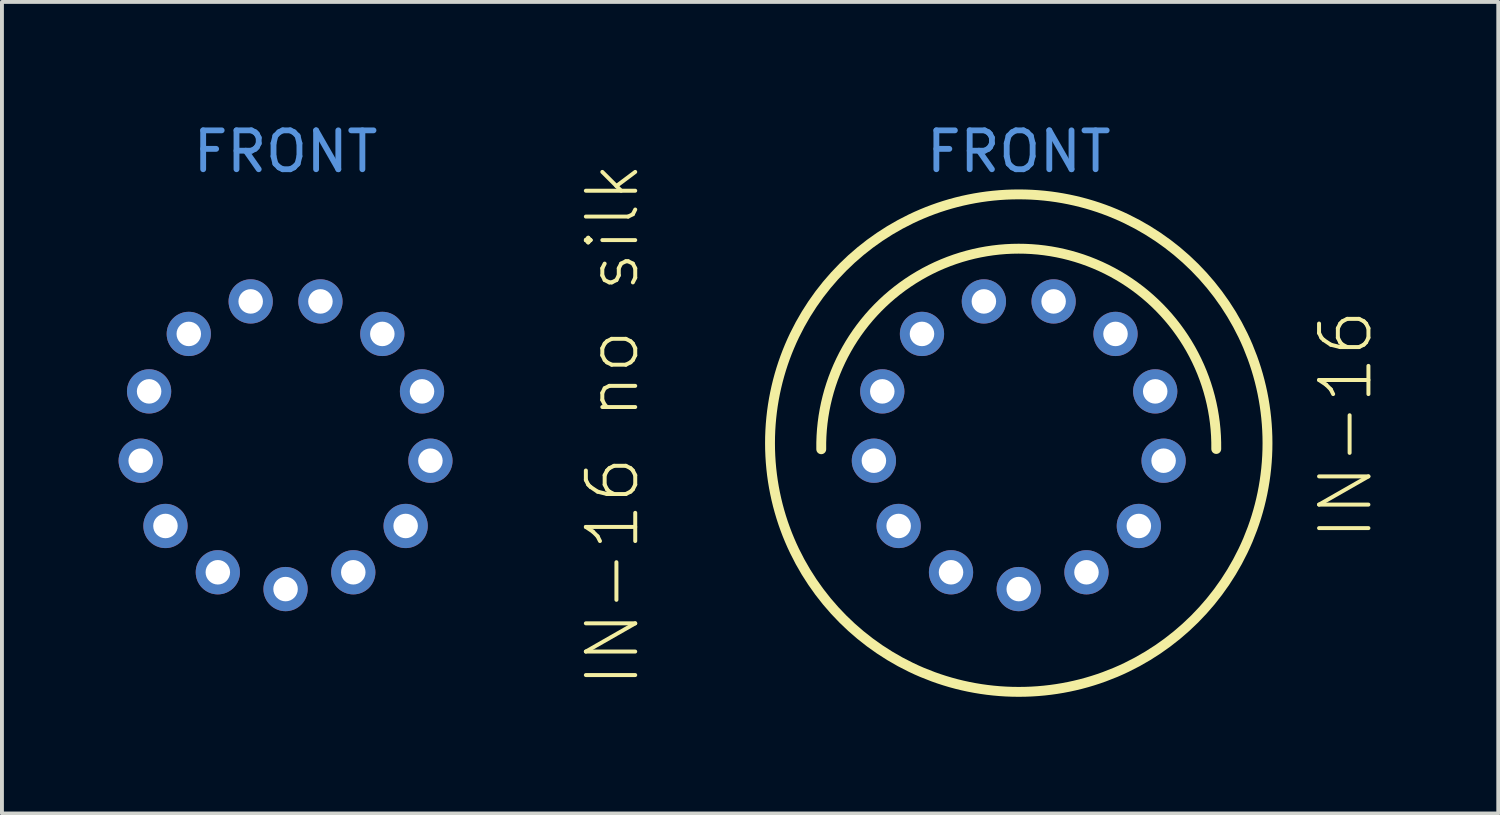
<source format=kicad_pcb>
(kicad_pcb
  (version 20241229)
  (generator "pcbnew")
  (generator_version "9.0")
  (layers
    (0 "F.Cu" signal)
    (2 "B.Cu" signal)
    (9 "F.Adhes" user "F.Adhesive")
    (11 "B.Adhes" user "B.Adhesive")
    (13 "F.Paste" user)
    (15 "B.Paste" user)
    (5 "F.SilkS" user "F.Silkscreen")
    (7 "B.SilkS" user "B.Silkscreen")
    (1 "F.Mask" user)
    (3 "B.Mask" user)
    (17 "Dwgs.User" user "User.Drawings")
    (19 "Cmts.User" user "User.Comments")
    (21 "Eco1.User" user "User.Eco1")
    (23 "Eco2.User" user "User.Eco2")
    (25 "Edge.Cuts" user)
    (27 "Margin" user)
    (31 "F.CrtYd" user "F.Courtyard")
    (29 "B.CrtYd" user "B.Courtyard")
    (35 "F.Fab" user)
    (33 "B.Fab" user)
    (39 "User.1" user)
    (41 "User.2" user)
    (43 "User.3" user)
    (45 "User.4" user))
  (footprint "IN-16 no silk"
    (layer "F.Cu")
    (at 4.295 8.348)
    (property "Reference" "IN-16 no silk" (at 8.412 -0.475 90) (layer "F.SilkS") (effects (font (size 1.27 1.27) (thickness 0.102))))
    (attr exclude_from_pos_files exclude_from_bom)
    (fp_text user "FRONT" (at 0 -7.5 0) (unlocked yes) (layer "Cmts.User") (effects (font (size 1 1) (thickness 0.15))))
    (pad "0" thru_hole circle (at -1.742 3.322) (size 1.138 1.138) (drill 0.63) (layers "*.Cu" "*.Mask"))
    (pad "1" thru_hole circle (at 1.742 3.322) (size 1.138 1.138) (drill 0.63) (layers "*.Cu" "*.Mask"))
    (pad "2" thru_hole circle (at -2.489 -2.809) (size 1.138 1.138) (drill 0.63) (layers "*.Cu" "*.Mask"))
    (pad "3" thru_hole circle (at 3.726 0.452) (size 1.138 1.138) (drill 0.63) (layers "*.Cu" "*.Mask"))
    (pad "4" thru_hole circle (at 2.489 -2.809) (size 1.138 1.138) (drill 0.63) (layers "*.Cu" "*.Mask"))
    (pad "5" thru_hole circle (at 0.897 -3.645) (size 1.138 1.138) (drill 0.63) (layers "*.Cu" "*.Mask"))
    (pad "6" thru_hole circle (at -0.897 -3.645) (size 1.138 1.138) (drill 0.63) (layers "*.Cu" "*.Mask"))
    (pad "7" thru_hole circle (at 3.089 2.131) (size 1.138 1.138) (drill 0.63) (layers "*.Cu" "*.Mask"))
    (pad "8" thru_hole circle (at -3.726 0.452) (size 1.138 1.138) (drill 0.63) (layers "*.Cu" "*.Mask"))
    (pad "9" thru_hole circle (at -3.089 2.131) (size 1.138 1.138) (drill 0.63) (layers "*.Cu" "*.Mask"))
    (pad "A" thru_hole circle (at 0 3.754) (size 1.138 1.138) (drill 0.63) (layers "*.Cu" "*.Mask"))
    (pad "LHDP" thru_hole circle (at -3.51 -1.331) (size 1.138 1.138) (drill 0.63) (layers "*.Cu" "*.Mask"))
    (pad "RHDP" thru_hole circle (at 3.51 -1.331) (size 1.138 1.138) (drill 0.63) (layers "*.Cu" "*.Mask")))
  (footprint "IN-16"
    (layer "F.Cu")
    (at 23.154 8.348)
    (property "Reference" "IN-16" (at 8.412 -0.475 90) (layer "F.SilkS") (effects (font (size 1.27 1.27) (thickness 0.102))))
    (attr exclude_from_pos_files exclude_from_bom)
    (fp_arc (start -5.08 0.15748) (mid -0.003371 -5.001869) (end 5.0801 0.150739) (stroke (width 0.254) (type solid)) (layer "F.SilkS"))
    (fp_circle (center 0 0) (end 0 -6.398) (stroke (width 0.254) (type solid)) (fill no) (layer "F.SilkS"))
    (fp_text user "FRONT" (at 0 -7.5 0) (unlocked yes) (layer "Cmts.User") (effects (font (size 1 1) (thickness 0.15))))
    (pad "0" thru_hole circle (at -1.742 3.322) (size 1.138 1.138) (drill 0.63) (layers "*.Cu" "*.Mask"))
    (pad "1" thru_hole circle (at 1.742 3.322) (size 1.138 1.138) (drill 0.63) (layers "*.Cu" "*.Mask"))
    (pad "2" thru_hole circle (at -2.489 -2.809) (size 1.138 1.138) (drill 0.63) (layers "*.Cu" "*.Mask"))
    (pad "3" thru_hole circle (at 3.726 0.452) (size 1.138 1.138) (drill 0.63) (layers "*.Cu" "*.Mask"))
    (pad "4" thru_hole circle (at 2.489 -2.809) (size 1.138 1.138) (drill 0.63) (layers "*.Cu" "*.Mask"))
    (pad "5" thru_hole circle (at 0.897 -3.645) (size 1.138 1.138) (drill 0.63) (layers "*.Cu" "*.Mask"))
    (pad "6" thru_hole circle (at -0.897 -3.645) (size 1.138 1.138) (drill 0.63) (layers "*.Cu" "*.Mask"))
    (pad "7" thru_hole circle (at 3.089 2.131) (size 1.138 1.138) (drill 0.63) (layers "*.Cu" "*.Mask"))
    (pad "8" thru_hole circle (at -3.726 0.452) (size 1.138 1.138) (drill 0.63) (layers "*.Cu" "*.Mask"))
    (pad "9" thru_hole circle (at -3.089 2.131) (size 1.138 1.138) (drill 0.63) (layers "*.Cu" "*.Mask"))
    (pad "A" thru_hole circle (at 0 3.754) (size 1.138 1.138) (drill 0.63) (layers "*.Cu" "*.Mask"))
    (pad "LHDP" thru_hole circle (at -3.51 -1.331) (size 1.138 1.138) (drill 0.63) (layers "*.Cu" "*.Mask"))
    (pad "RHDP" thru_hole circle (at 3.51 -1.331) (size 1.138 1.138) (drill 0.63) (layers "*.Cu" "*.Mask")))
  (gr_rect
    (start -3 -3)
    (end 35.488 17.874)
    (stroke (width 0.1) (type default))
    (fill no)
    (layer "Edge.Cuts")))
</source>
